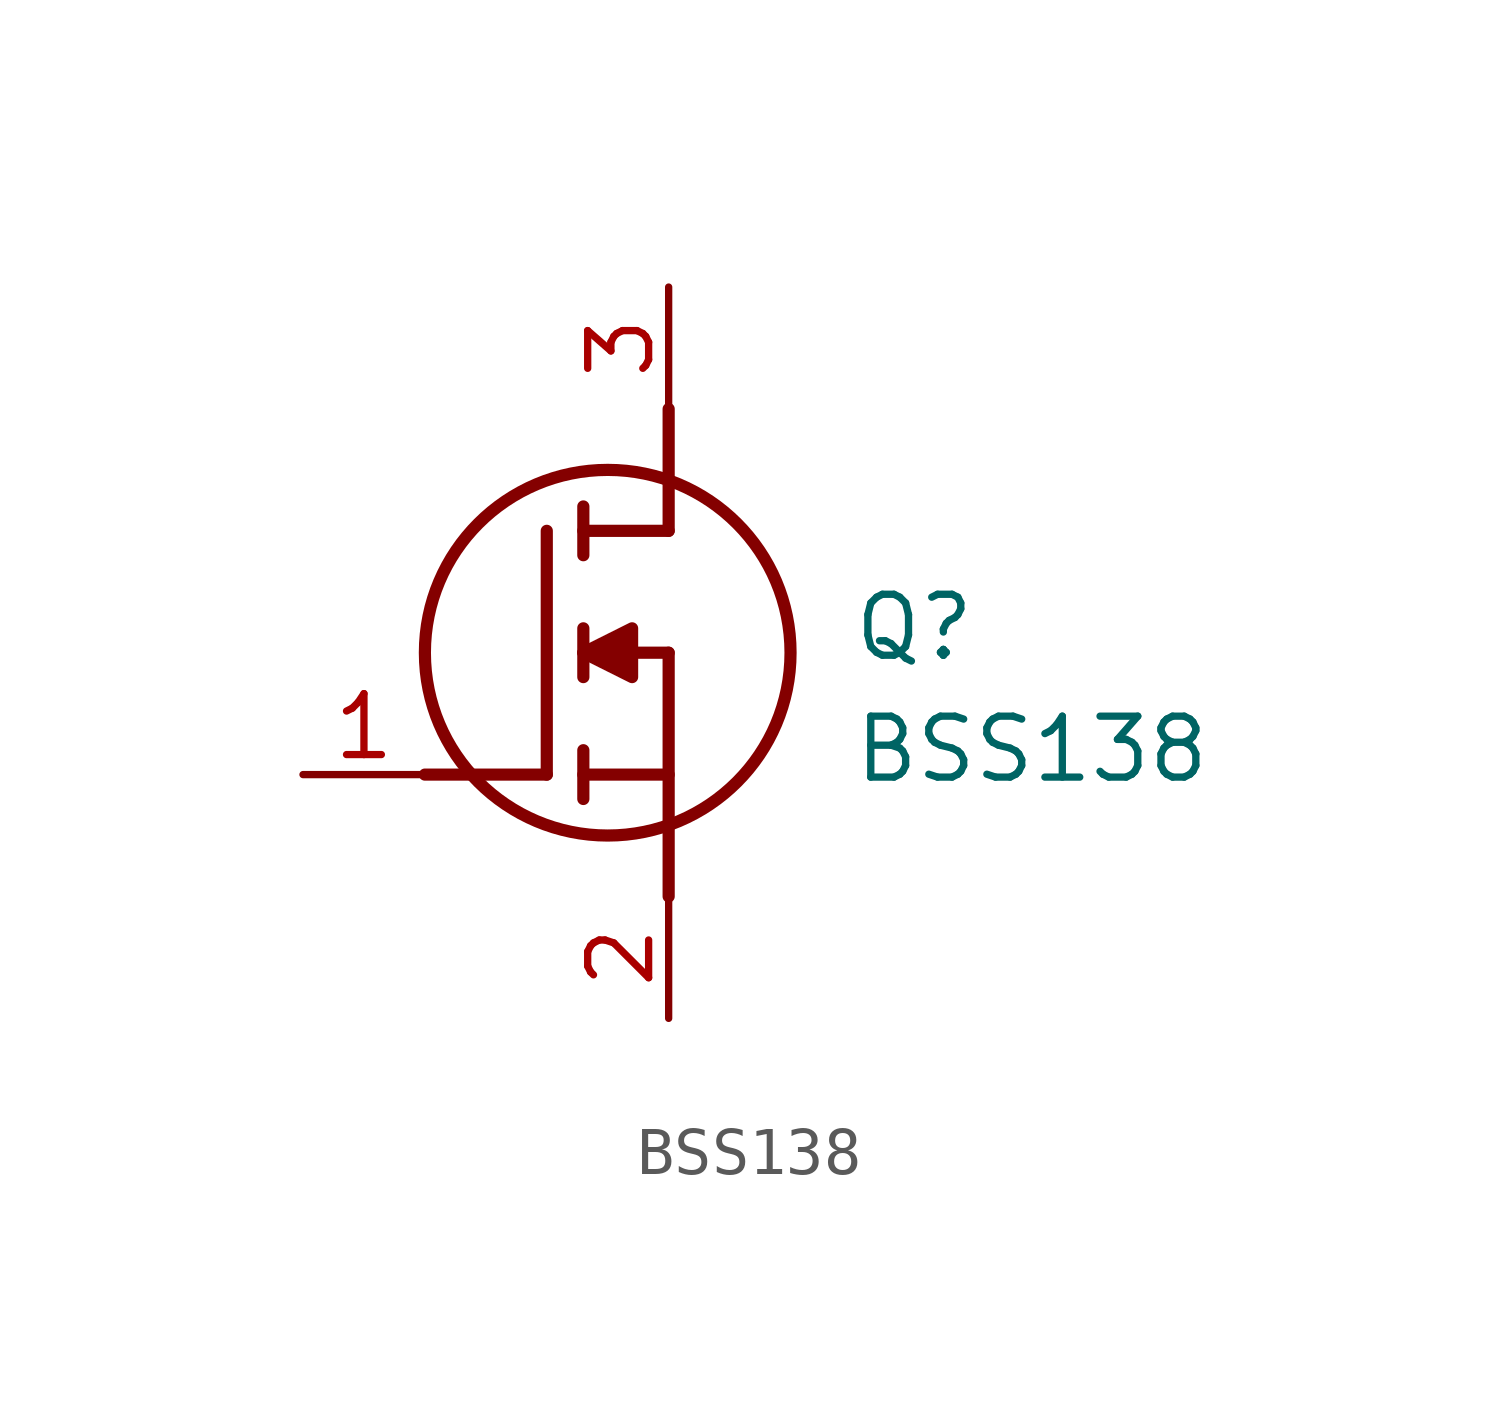
<source format=kicad_sym>
(kicad_symbol_lib
  (version 20211014)
  (generator SamacSys_ECAD_Model)
  (symbol "BSS138"
    (pin_names hide)
    (property "Reference" "Q"
      (at 11.43 3.81 0)
      (effects (font (size 1.27 1.27)) (justify left top)))
    (property "Value" "BSS138"
      (at 11.43 1.27 0)
      (effects (font (size 1.27 1.27)) (justify left top)))
    (polyline
      (pts (xy 7.62 2.54) (xy 7.62 -2.54))
      (stroke (width 0.254) (type default))
      (fill (type none)))
    (polyline
      (pts (xy 7.62 5.08) (xy 7.62 7.62))
      (stroke (width 0.254) (type default))
      (fill (type none)))
    (polyline
      (pts (xy 2.54 0) (xy 5.08 0))
      (stroke (width 0.254) (type default))
      (fill (type none)))
    (polyline
      (pts (xy 5.08 5.08) (xy 5.08 0))
      (stroke (width 0.254) (type default))
      (fill (type none)))
    (polyline
      (pts (xy 7.62 2.54) (xy 5.842 2.54))
      (stroke (width 0.254) (type default))
      (fill (type none)))
    (polyline
      (pts (xy 7.62 5.08) (xy 5.842 5.08))
      (stroke (width 0.254) (type default))
      (fill (type none)))
    (polyline
      (pts (xy 5.842 0) (xy 7.62 0))
      (stroke (width 0.254) (type default))
      (fill (type none)))
    (polyline
      (pts (xy 5.842 5.588) (xy 5.842 4.572))
      (stroke (width 0.254) (type default))
      (fill (type none)))
    (polyline
      (pts (xy 5.842 -0.508) (xy 5.842 0.508))
      (stroke (width 0.254) (type default))
      (fill (type none)))
    (polyline
      (pts (xy 5.842 2.032) (xy 5.842 3.048))
      (stroke (width 0.254) (type default))
      (fill (type none)))
    (circle
      (center 6.35 2.54)
      (radius 3.81)
      (stroke (width 0.254) (type default))
      (fill (type none)))
    (polyline
      (pts (xy 5.842 2.54) (xy 6.858 3.048) (xy 6.858 2.032) (xy 5.842 2.54))
      (stroke (width 0.254) (type default))
      (fill (type outline)))
    (pin passive line
      (at 0 0 0)
      (length 2.54)
      (name "G" (effects (font (size 1.27 1.27))))
      (number "1" (effects (font (size 1.27 1.27)))))
    (pin passive line
      (at 7.62 10.16 270)
      (length 2.54)
      (name "D" (effects (font (size 1.27 1.27))))
      (number "3" (effects (font (size 1.27 1.27)))))
    (pin passive line
      (at 7.62 -5.08 90)
      (length 2.54)
      (name "S" (effects (font (size 1.27 1.27))))
      (number "2" (effects (font (size 1.27 1.27)))))))
</source>
